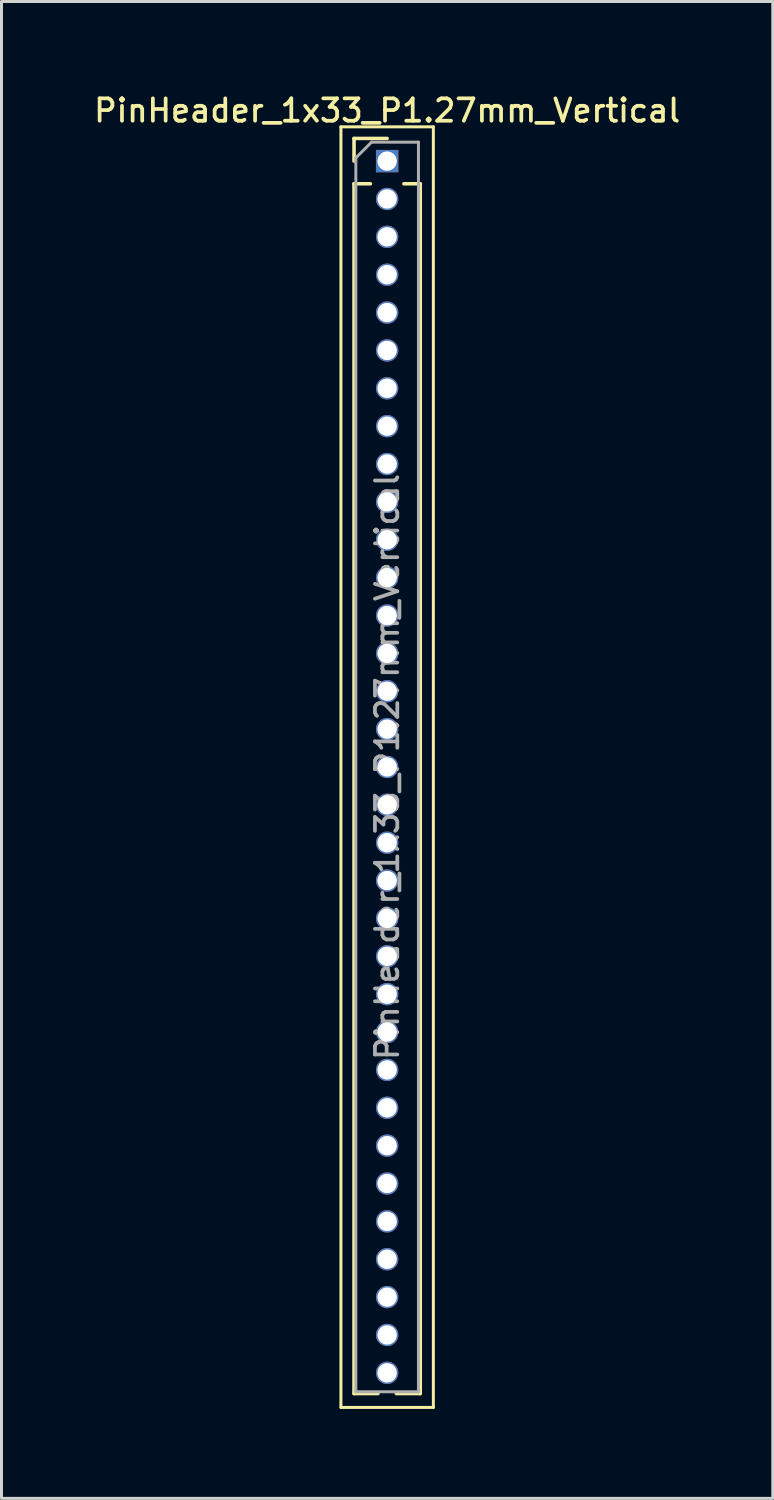
<source format=kicad_pcb>
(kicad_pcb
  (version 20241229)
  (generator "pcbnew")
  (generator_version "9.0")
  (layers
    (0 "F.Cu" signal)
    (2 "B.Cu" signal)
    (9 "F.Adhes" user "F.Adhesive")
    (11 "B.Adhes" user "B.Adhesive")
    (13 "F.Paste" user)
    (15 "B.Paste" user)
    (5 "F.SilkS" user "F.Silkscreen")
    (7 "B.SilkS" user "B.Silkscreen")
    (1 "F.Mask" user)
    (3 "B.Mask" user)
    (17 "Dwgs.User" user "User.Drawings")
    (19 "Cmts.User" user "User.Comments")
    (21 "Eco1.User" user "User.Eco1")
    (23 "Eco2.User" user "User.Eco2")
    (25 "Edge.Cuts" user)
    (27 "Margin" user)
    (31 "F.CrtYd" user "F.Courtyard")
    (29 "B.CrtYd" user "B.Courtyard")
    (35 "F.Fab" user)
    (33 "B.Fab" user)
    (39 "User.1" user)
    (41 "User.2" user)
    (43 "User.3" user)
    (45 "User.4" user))
  (footprint "PinHeader_1x33_P1.27mm_Vertical"
    (layer "F.Cu")
    (at 9.934 2.353)
    (property "Reference" "PinHeader_1x33_P1.27mm_Vertical" (at 0 -1.695 0) (layer "F.SilkS") (effects (font (size 0.75 0.75) (thickness 0.125))))
    (attr through_hole)
    (fp_line (start -1.55 -1.15) (end -1.55 41.8) (stroke (width 0.1) (type solid)) (layer "F.SilkS"))
    (fp_line (start -1.55 41.8) (end 1.55 41.8) (stroke (width 0.1) (type solid)) (layer "F.SilkS"))
    (fp_line (start -1.11 -0.76) (end 0 -0.76) (stroke (width 0.12) (type solid)) (layer "F.SilkS"))
    (fp_line (start -1.11 0) (end -1.11 -0.76) (stroke (width 0.12) (type solid)) (layer "F.SilkS"))
    (fp_line (start -1.11 0.76) (end -1.11 41.335) (stroke (width 0.12) (type solid)) (layer "F.SilkS"))
    (fp_line (start -1.11 0.76) (end -0.563 0.76) (stroke (width 0.12) (type solid)) (layer "F.SilkS"))
    (fp_line (start -1.11 41.335) (end -0.308 41.335) (stroke (width 0.12) (type solid)) (layer "F.SilkS"))
    (fp_line (start 0.308 41.335) (end 1.11 41.335) (stroke (width 0.12) (type solid)) (layer "F.SilkS"))
    (fp_line (start 0.563 0.76) (end 1.11 0.76) (stroke (width 0.12) (type solid)) (layer "F.SilkS"))
    (fp_line (start 1.11 0.76) (end 1.11 41.335) (stroke (width 0.12) (type solid)) (layer "F.SilkS"))
    (fp_line (start 1.55 -1.15) (end -1.55 -1.15) (stroke (width 0.1) (type solid)) (layer "F.SilkS"))
    (fp_line (start 1.55 41.8) (end 1.55 -1.15) (stroke (width 0.1) (type solid)) (layer "F.SilkS"))
    (fp_line (start -1.05 -0.11) (end -0.525 -0.635) (stroke (width 0.1) (type solid)) (layer "F.Fab"))
    (fp_line (start -1.05 41.275) (end -1.05 -0.11) (stroke (width 0.1) (type solid)) (layer "F.Fab"))
    (fp_line (start -0.525 -0.635) (end 1.05 -0.635) (stroke (width 0.1) (type solid)) (layer "F.Fab"))
    (fp_line (start 1.05 -0.635) (end 1.05 41.275) (stroke (width 0.1) (type solid)) (layer "F.Fab"))
    (fp_line (start 1.05 41.275) (end -1.05 41.275) (stroke (width 0.1) (type solid)) (layer "F.Fab"))
    (fp_text user "${REFERENCE}" (at 0 20.32 90) (layer "F.Fab") (effects (font (size 0.75 0.75) (thickness 0.125))))
    (pad "1" thru_hole rect (at 0 0) (size 0.75 0.75) (drill 0.65) (layers "*.Cu" "*.Mask"))
    (pad "2" thru_hole oval (at 0 1.27) (size 0.75 0.75) (drill 0.65) (layers "*.Cu" "*.Mask"))
    (pad "3" thru_hole oval (at 0 2.54) (size 0.75 0.75) (drill 0.65) (layers "*.Cu" "*.Mask"))
    (pad "4" thru_hole oval (at 0 3.81) (size 0.75 0.75) (drill 0.65) (layers "*.Cu" "*.Mask"))
    (pad "5" thru_hole oval (at 0 5.08) (size 0.75 0.75) (drill 0.65) (layers "*.Cu" "*.Mask"))
    (pad "6" thru_hole oval (at 0 6.35) (size 0.75 0.75) (drill 0.65) (layers "*.Cu" "*.Mask"))
    (pad "7" thru_hole oval (at 0 7.62) (size 0.75 0.75) (drill 0.65) (layers "*.Cu" "*.Mask"))
    (pad "8" thru_hole oval (at 0 8.89) (size 0.75 0.75) (drill 0.65) (layers "*.Cu" "*.Mask"))
    (pad "9" thru_hole oval (at 0 10.16) (size 0.75 0.75) (drill 0.65) (layers "*.Cu" "*.Mask"))
    (pad "10" thru_hole oval (at 0 11.43) (size 0.75 0.75) (drill 0.65) (layers "*.Cu" "*.Mask"))
    (pad "11" thru_hole oval (at 0 12.7) (size 0.75 0.75) (drill 0.65) (layers "*.Cu" "*.Mask"))
    (pad "12" thru_hole oval (at 0 13.97) (size 0.75 0.75) (drill 0.65) (layers "*.Cu" "*.Mask"))
    (pad "13" thru_hole oval (at 0 15.24) (size 0.75 0.75) (drill 0.65) (layers "*.Cu" "*.Mask"))
    (pad "14" thru_hole oval (at 0 16.51) (size 0.75 0.75) (drill 0.65) (layers "*.Cu" "*.Mask"))
    (pad "15" thru_hole oval (at 0 17.78) (size 0.75 0.75) (drill 0.65) (layers "*.Cu" "*.Mask"))
    (pad "16" thru_hole oval (at 0 19.05) (size 0.75 0.75) (drill 0.65) (layers "*.Cu" "*.Mask"))
    (pad "17" thru_hole oval (at 0 20.32) (size 0.75 0.75) (drill 0.65) (layers "*.Cu" "*.Mask"))
    (pad "18" thru_hole oval (at 0 21.59) (size 0.75 0.75) (drill 0.65) (layers "*.Cu" "*.Mask"))
    (pad "19" thru_hole oval (at 0 22.86) (size 0.75 0.75) (drill 0.65) (layers "*.Cu" "*.Mask"))
    (pad "20" thru_hole oval (at 0 24.13) (size 0.75 0.75) (drill 0.65) (layers "*.Cu" "*.Mask"))
    (pad "21" thru_hole oval (at 0 25.4) (size 0.75 0.75) (drill 0.65) (layers "*.Cu" "*.Mask"))
    (pad "22" thru_hole oval (at 0 26.67) (size 0.75 0.75) (drill 0.65) (layers "*.Cu" "*.Mask"))
    (pad "23" thru_hole oval (at 0 27.94) (size 0.75 0.75) (drill 0.65) (layers "*.Cu" "*.Mask"))
    (pad "24" thru_hole oval (at 0 29.21) (size 0.75 0.75) (drill 0.65) (layers "*.Cu" "*.Mask"))
    (pad "25" thru_hole oval (at 0 30.48) (size 0.75 0.75) (drill 0.65) (layers "*.Cu" "*.Mask"))
    (pad "26" thru_hole oval (at 0 31.75) (size 0.75 0.75) (drill 0.65) (layers "*.Cu" "*.Mask"))
    (pad "27" thru_hole oval (at 0 33.02) (size 0.75 0.75) (drill 0.65) (layers "*.Cu" "*.Mask"))
    (pad "28" thru_hole oval (at 0 34.29) (size 0.75 0.75) (drill 0.65) (layers "*.Cu" "*.Mask"))
    (pad "29" thru_hole oval (at 0 35.56) (size 0.75 0.75) (drill 0.65) (layers "*.Cu" "*.Mask"))
    (pad "30" thru_hole oval (at 0 36.83) (size 0.75 0.75) (drill 0.65) (layers "*.Cu" "*.Mask"))
    (pad "31" thru_hole oval (at 0 38.1) (size 0.75 0.75) (drill 0.65) (layers "*.Cu" "*.Mask"))
    (pad "32" thru_hole oval (at 0 39.37) (size 0.75 0.75) (drill 0.65) (layers "*.Cu" "*.Mask"))
    (pad "33" thru_hole oval (at 0 40.64) (size 0.75 0.75) (drill 0.65) (layers "*.Cu" "*.Mask")))
  (gr_rect
    (start -3 -3)
    (end 22.868 47.203)
    (stroke (width 0.1) (type default))
    (fill no)
    (layer "Edge.Cuts")))
</source>
